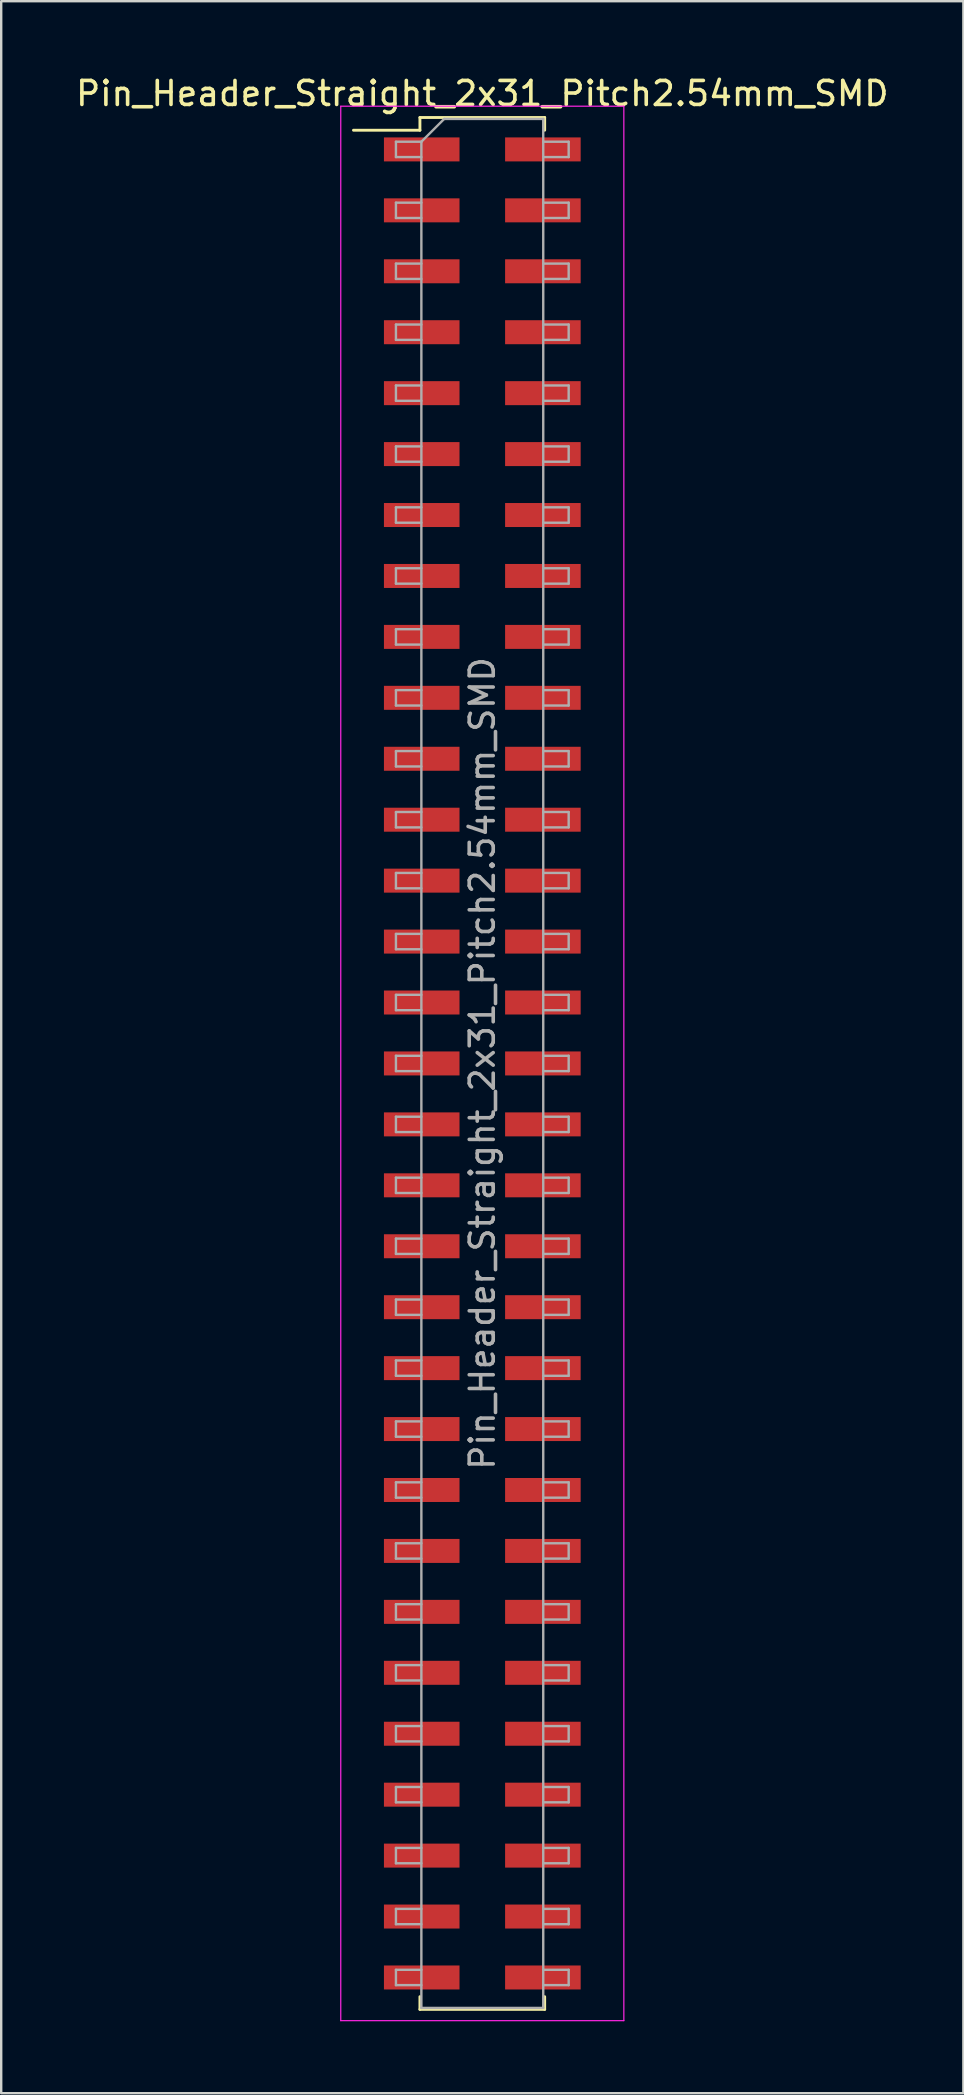
<source format=kicad_pcb>
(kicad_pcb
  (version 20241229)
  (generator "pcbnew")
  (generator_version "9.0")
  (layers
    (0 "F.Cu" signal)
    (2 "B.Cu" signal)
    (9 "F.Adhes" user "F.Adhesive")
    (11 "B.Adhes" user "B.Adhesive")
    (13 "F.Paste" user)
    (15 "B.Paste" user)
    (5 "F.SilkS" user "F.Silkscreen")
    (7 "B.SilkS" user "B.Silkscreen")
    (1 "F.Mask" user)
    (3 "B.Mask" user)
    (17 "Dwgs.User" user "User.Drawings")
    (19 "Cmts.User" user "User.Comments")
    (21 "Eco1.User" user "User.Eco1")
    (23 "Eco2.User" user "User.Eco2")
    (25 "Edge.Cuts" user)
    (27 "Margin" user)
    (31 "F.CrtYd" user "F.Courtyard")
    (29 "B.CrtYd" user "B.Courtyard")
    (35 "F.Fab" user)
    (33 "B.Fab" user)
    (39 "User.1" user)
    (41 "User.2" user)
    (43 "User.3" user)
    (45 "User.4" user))
  (footprint "Pin_Header_Straight_2x31_Pitch2.54mm_SMD"
    (layer "F.Cu")
    (at 17.054 41.278)
    (property "Reference" "Pin_Header_Straight_2x31_Pitch2.54mm_SMD" (at 0 -40.43 0) (layer "F.SilkS") (effects (font (size 1 1) (thickness 0.15))))
    (attr smd)
    (fp_line (start -5.37 -38.9) (end -2.6 -38.9) (stroke (width 0.12) (type solid)) (layer "F.SilkS"))
    (fp_line (start -2.6 -39.43) (end 2.6 -39.43) (stroke (width 0.12) (type solid)) (layer "F.SilkS"))
    (fp_line (start -2.6 -38.9) (end -2.6 -39.43) (stroke (width 0.12) (type solid)) (layer "F.SilkS"))
    (fp_line (start -2.6 38.9) (end -2.6 39.43) (stroke (width 0.12) (type solid)) (layer "F.SilkS"))
    (fp_line (start -2.6 39.43) (end 2.6 39.43) (stroke (width 0.12) (type solid)) (layer "F.SilkS"))
    (fp_line (start 2.6 -39.43) (end 2.6 -38.9) (stroke (width 0.12) (type solid)) (layer "F.SilkS"))
    (fp_line (start 2.6 39.43) (end 2.6 38.9) (stroke (width 0.12) (type solid)) (layer "F.SilkS"))
    (fp_line (start -5.9 -39.9) (end -5.9 39.9) (stroke (width 0.05) (type solid)) (layer "F.CrtYd"))
    (fp_line (start -5.9 39.9) (end 5.9 39.9) (stroke (width 0.05) (type solid)) (layer "F.CrtYd"))
    (fp_line (start 5.9 -39.9) (end -5.9 -39.9) (stroke (width 0.05) (type solid)) (layer "F.CrtYd"))
    (fp_line (start 5.9 39.9) (end 5.9 -39.9) (stroke (width 0.05) (type solid)) (layer "F.CrtYd"))
    (fp_line (start -3.6 -38.42) (end -3.6 -37.78) (stroke (width 0.1) (type solid)) (layer "F.Fab"))
    (fp_line (start -3.6 -37.78) (end -2.54 -37.78) (stroke (width 0.1) (type solid)) (layer "F.Fab"))
    (fp_line (start -3.6 -35.88) (end -3.6 -35.24) (stroke (width 0.1) (type solid)) (layer "F.Fab"))
    (fp_line (start -3.6 -35.24) (end -2.54 -35.24) (stroke (width 0.1) (type solid)) (layer "F.Fab"))
    (fp_line (start -3.6 -33.34) (end -3.6 -32.7) (stroke (width 0.1) (type solid)) (layer "F.Fab"))
    (fp_line (start -3.6 -32.7) (end -2.54 -32.7) (stroke (width 0.1) (type solid)) (layer "F.Fab"))
    (fp_line (start -3.6 -30.8) (end -3.6 -30.16) (stroke (width 0.1) (type solid)) (layer "F.Fab"))
    (fp_line (start -3.6 -30.16) (end -2.54 -30.16) (stroke (width 0.1) (type solid)) (layer "F.Fab"))
    (fp_line (start -3.6 -28.26) (end -3.6 -27.62) (stroke (width 0.1) (type solid)) (layer "F.Fab"))
    (fp_line (start -3.6 -27.62) (end -2.54 -27.62) (stroke (width 0.1) (type solid)) (layer "F.Fab"))
    (fp_line (start -3.6 -25.72) (end -3.6 -25.08) (stroke (width 0.1) (type solid)) (layer "F.Fab"))
    (fp_line (start -3.6 -25.08) (end -2.54 -25.08) (stroke (width 0.1) (type solid)) (layer "F.Fab"))
    (fp_line (start -3.6 -23.18) (end -3.6 -22.54) (stroke (width 0.1) (type solid)) (layer "F.Fab"))
    (fp_line (start -3.6 -22.54) (end -2.54 -22.54) (stroke (width 0.1) (type solid)) (layer "F.Fab"))
    (fp_line (start -3.6 -20.64) (end -3.6 -20) (stroke (width 0.1) (type solid)) (layer "F.Fab"))
    (fp_line (start -3.6 -20) (end -2.54 -20) (stroke (width 0.1) (type solid)) (layer "F.Fab"))
    (fp_line (start -3.6 -18.1) (end -3.6 -17.46) (stroke (width 0.1) (type solid)) (layer "F.Fab"))
    (fp_line (start -3.6 -17.46) (end -2.54 -17.46) (stroke (width 0.1) (type solid)) (layer "F.Fab"))
    (fp_line (start -3.6 -15.56) (end -3.6 -14.92) (stroke (width 0.1) (type solid)) (layer "F.Fab"))
    (fp_line (start -3.6 -14.92) (end -2.54 -14.92) (stroke (width 0.1) (type solid)) (layer "F.Fab"))
    (fp_line (start -3.6 -13.02) (end -3.6 -12.38) (stroke (width 0.1) (type solid)) (layer "F.Fab"))
    (fp_line (start -3.6 -12.38) (end -2.54 -12.38) (stroke (width 0.1) (type solid)) (layer "F.Fab"))
    (fp_line (start -3.6 -10.48) (end -3.6 -9.84) (stroke (width 0.1) (type solid)) (layer "F.Fab"))
    (fp_line (start -3.6 -9.84) (end -2.54 -9.84) (stroke (width 0.1) (type solid)) (layer "F.Fab"))
    (fp_line (start -3.6 -7.94) (end -3.6 -7.3) (stroke (width 0.1) (type solid)) (layer "F.Fab"))
    (fp_line (start -3.6 -7.3) (end -2.54 -7.3) (stroke (width 0.1) (type solid)) (layer "F.Fab"))
    (fp_line (start -3.6 -5.4) (end -3.6 -4.76) (stroke (width 0.1) (type solid)) (layer "F.Fab"))
    (fp_line (start -3.6 -4.76) (end -2.54 -4.76) (stroke (width 0.1) (type solid)) (layer "F.Fab"))
    (fp_line (start -3.6 -2.86) (end -3.6 -2.22) (stroke (width 0.1) (type solid)) (layer "F.Fab"))
    (fp_line (start -3.6 -2.22) (end -2.54 -2.22) (stroke (width 0.1) (type solid)) (layer "F.Fab"))
    (fp_line (start -3.6 -0.32) (end -3.6 0.32) (stroke (width 0.1) (type solid)) (layer "F.Fab"))
    (fp_line (start -3.6 0.32) (end -2.54 0.32) (stroke (width 0.1) (type solid)) (layer "F.Fab"))
    (fp_line (start -3.6 2.22) (end -3.6 2.86) (stroke (width 0.1) (type solid)) (layer "F.Fab"))
    (fp_line (start -3.6 2.86) (end -2.54 2.86) (stroke (width 0.1) (type solid)) (layer "F.Fab"))
    (fp_line (start -3.6 4.76) (end -3.6 5.4) (stroke (width 0.1) (type solid)) (layer "F.Fab"))
    (fp_line (start -3.6 5.4) (end -2.54 5.4) (stroke (width 0.1) (type solid)) (layer "F.Fab"))
    (fp_line (start -3.6 7.3) (end -3.6 7.94) (stroke (width 0.1) (type solid)) (layer "F.Fab"))
    (fp_line (start -3.6 7.94) (end -2.54 7.94) (stroke (width 0.1) (type solid)) (layer "F.Fab"))
    (fp_line (start -3.6 9.84) (end -3.6 10.48) (stroke (width 0.1) (type solid)) (layer "F.Fab"))
    (fp_line (start -3.6 10.48) (end -2.54 10.48) (stroke (width 0.1) (type solid)) (layer "F.Fab"))
    (fp_line (start -3.6 12.38) (end -3.6 13.02) (stroke (width 0.1) (type solid)) (layer "F.Fab"))
    (fp_line (start -3.6 13.02) (end -2.54 13.02) (stroke (width 0.1) (type solid)) (layer "F.Fab"))
    (fp_line (start -3.6 14.92) (end -3.6 15.56) (stroke (width 0.1) (type solid)) (layer "F.Fab"))
    (fp_line (start -3.6 15.56) (end -2.54 15.56) (stroke (width 0.1) (type solid)) (layer "F.Fab"))
    (fp_line (start -3.6 17.46) (end -3.6 18.1) (stroke (width 0.1) (type solid)) (layer "F.Fab"))
    (fp_line (start -3.6 18.1) (end -2.54 18.1) (stroke (width 0.1) (type solid)) (layer "F.Fab"))
    (fp_line (start -3.6 20) (end -3.6 20.64) (stroke (width 0.1) (type solid)) (layer "F.Fab"))
    (fp_line (start -3.6 20.64) (end -2.54 20.64) (stroke (width 0.1) (type solid)) (layer "F.Fab"))
    (fp_line (start -3.6 22.54) (end -3.6 23.18) (stroke (width 0.1) (type solid)) (layer "F.Fab"))
    (fp_line (start -3.6 23.18) (end -2.54 23.18) (stroke (width 0.1) (type solid)) (layer "F.Fab"))
    (fp_line (start -3.6 25.08) (end -3.6 25.72) (stroke (width 0.1) (type solid)) (layer "F.Fab"))
    (fp_line (start -3.6 25.72) (end -2.54 25.72) (stroke (width 0.1) (type solid)) (layer "F.Fab"))
    (fp_line (start -3.6 27.62) (end -3.6 28.26) (stroke (width 0.1) (type solid)) (layer "F.Fab"))
    (fp_line (start -3.6 28.26) (end -2.54 28.26) (stroke (width 0.1) (type solid)) (layer "F.Fab"))
    (fp_line (start -3.6 30.16) (end -3.6 30.8) (stroke (width 0.1) (type solid)) (layer "F.Fab"))
    (fp_line (start -3.6 30.8) (end -2.54 30.8) (stroke (width 0.1) (type solid)) (layer "F.Fab"))
    (fp_line (start -3.6 32.7) (end -3.6 33.34) (stroke (width 0.1) (type solid)) (layer "F.Fab"))
    (fp_line (start -3.6 33.34) (end -2.54 33.34) (stroke (width 0.1) (type solid)) (layer "F.Fab"))
    (fp_line (start -3.6 35.24) (end -3.6 35.88) (stroke (width 0.1) (type solid)) (layer "F.Fab"))
    (fp_line (start -3.6 35.88) (end -2.54 35.88) (stroke (width 0.1) (type solid)) (layer "F.Fab"))
    (fp_line (start -3.6 37.78) (end -3.6 38.42) (stroke (width 0.1) (type solid)) (layer "F.Fab"))
    (fp_line (start -3.6 38.42) (end -2.54 38.42) (stroke (width 0.1) (type solid)) (layer "F.Fab"))
    (fp_line (start -2.54 -38.42) (end -3.6 -38.42) (stroke (width 0.1) (type solid)) (layer "F.Fab"))
    (fp_line (start -2.54 -38.42) (end -1.59 -39.37) (stroke (width 0.1) (type solid)) (layer "F.Fab"))
    (fp_line (start -2.54 -35.88) (end -3.6 -35.88) (stroke (width 0.1) (type solid)) (layer "F.Fab"))
    (fp_line (start -2.54 -33.34) (end -3.6 -33.34) (stroke (width 0.1) (type solid)) (layer "F.Fab"))
    (fp_line (start -2.54 -30.8) (end -3.6 -30.8) (stroke (width 0.1) (type solid)) (layer "F.Fab"))
    (fp_line (start -2.54 -28.26) (end -3.6 -28.26) (stroke (width 0.1) (type solid)) (layer "F.Fab"))
    (fp_line (start -2.54 -25.72) (end -3.6 -25.72) (stroke (width 0.1) (type solid)) (layer "F.Fab"))
    (fp_line (start -2.54 -23.18) (end -3.6 -23.18) (stroke (width 0.1) (type solid)) (layer "F.Fab"))
    (fp_line (start -2.54 -20.64) (end -3.6 -20.64) (stroke (width 0.1) (type solid)) (layer "F.Fab"))
    (fp_line (start -2.54 -18.1) (end -3.6 -18.1) (stroke (width 0.1) (type solid)) (layer "F.Fab"))
    (fp_line (start -2.54 -15.56) (end -3.6 -15.56) (stroke (width 0.1) (type solid)) (layer "F.Fab"))
    (fp_line (start -2.54 -13.02) (end -3.6 -13.02) (stroke (width 0.1) (type solid)) (layer "F.Fab"))
    (fp_line (start -2.54 -10.48) (end -3.6 -10.48) (stroke (width 0.1) (type solid)) (layer "F.Fab"))
    (fp_line (start -2.54 -7.94) (end -3.6 -7.94) (stroke (width 0.1) (type solid)) (layer "F.Fab"))
    (fp_line (start -2.54 -5.4) (end -3.6 -5.4) (stroke (width 0.1) (type solid)) (layer "F.Fab"))
    (fp_line (start -2.54 -2.86) (end -3.6 -2.86) (stroke (width 0.1) (type solid)) (layer "F.Fab"))
    (fp_line (start -2.54 -0.32) (end -3.6 -0.32) (stroke (width 0.1) (type solid)) (layer "F.Fab"))
    (fp_line (start -2.54 2.22) (end -3.6 2.22) (stroke (width 0.1) (type solid)) (layer "F.Fab"))
    (fp_line (start -2.54 4.76) (end -3.6 4.76) (stroke (width 0.1) (type solid)) (layer "F.Fab"))
    (fp_line (start -2.54 7.3) (end -3.6 7.3) (stroke (width 0.1) (type solid)) (layer "F.Fab"))
    (fp_line (start -2.54 9.84) (end -3.6 9.84) (stroke (width 0.1) (type solid)) (layer "F.Fab"))
    (fp_line (start -2.54 12.38) (end -3.6 12.38) (stroke (width 0.1) (type solid)) (layer "F.Fab"))
    (fp_line (start -2.54 14.92) (end -3.6 14.92) (stroke (width 0.1) (type solid)) (layer "F.Fab"))
    (fp_line (start -2.54 17.46) (end -3.6 17.46) (stroke (width 0.1) (type solid)) (layer "F.Fab"))
    (fp_line (start -2.54 20) (end -3.6 20) (stroke (width 0.1) (type solid)) (layer "F.Fab"))
    (fp_line (start -2.54 22.54) (end -3.6 22.54) (stroke (width 0.1) (type solid)) (layer "F.Fab"))
    (fp_line (start -2.54 25.08) (end -3.6 25.08) (stroke (width 0.1) (type solid)) (layer "F.Fab"))
    (fp_line (start -2.54 27.62) (end -3.6 27.62) (stroke (width 0.1) (type solid)) (layer "F.Fab"))
    (fp_line (start -2.54 30.16) (end -3.6 30.16) (stroke (width 0.1) (type solid)) (layer "F.Fab"))
    (fp_line (start -2.54 32.7) (end -3.6 32.7) (stroke (width 0.1) (type solid)) (layer "F.Fab"))
    (fp_line (start -2.54 35.24) (end -3.6 35.24) (stroke (width 0.1) (type solid)) (layer "F.Fab"))
    (fp_line (start -2.54 37.78) (end -3.6 37.78) (stroke (width 0.1) (type solid)) (layer "F.Fab"))
    (fp_line (start -2.54 39.37) (end -2.54 -38.42) (stroke (width 0.1) (type solid)) (layer "F.Fab"))
    (fp_line (start -1.59 -39.37) (end 2.54 -39.37) (stroke (width 0.1) (type solid)) (layer "F.Fab"))
    (fp_line (start 2.54 -39.37) (end 2.54 39.37) (stroke (width 0.1) (type solid)) (layer "F.Fab"))
    (fp_line (start 2.54 -38.42) (end 3.6 -38.42) (stroke (width 0.1) (type solid)) (layer "F.Fab"))
    (fp_line (start 2.54 -35.88) (end 3.6 -35.88) (stroke (width 0.1) (type solid)) (layer "F.Fab"))
    (fp_line (start 2.54 -33.34) (end 3.6 -33.34) (stroke (width 0.1) (type solid)) (layer "F.Fab"))
    (fp_line (start 2.54 -30.8) (end 3.6 -30.8) (stroke (width 0.1) (type solid)) (layer "F.Fab"))
    (fp_line (start 2.54 -28.26) (end 3.6 -28.26) (stroke (width 0.1) (type solid)) (layer "F.Fab"))
    (fp_line (start 2.54 -25.72) (end 3.6 -25.72) (stroke (width 0.1) (type solid)) (layer "F.Fab"))
    (fp_line (start 2.54 -23.18) (end 3.6 -23.18) (stroke (width 0.1) (type solid)) (layer "F.Fab"))
    (fp_line (start 2.54 -20.64) (end 3.6 -20.64) (stroke (width 0.1) (type solid)) (layer "F.Fab"))
    (fp_line (start 2.54 -18.1) (end 3.6 -18.1) (stroke (width 0.1) (type solid)) (layer "F.Fab"))
    (fp_line (start 2.54 -15.56) (end 3.6 -15.56) (stroke (width 0.1) (type solid)) (layer "F.Fab"))
    (fp_line (start 2.54 -13.02) (end 3.6 -13.02) (stroke (width 0.1) (type solid)) (layer "F.Fab"))
    (fp_line (start 2.54 -10.48) (end 3.6 -10.48) (stroke (width 0.1) (type solid)) (layer "F.Fab"))
    (fp_line (start 2.54 -7.94) (end 3.6 -7.94) (stroke (width 0.1) (type solid)) (layer "F.Fab"))
    (fp_line (start 2.54 -5.4) (end 3.6 -5.4) (stroke (width 0.1) (type solid)) (layer "F.Fab"))
    (fp_line (start 2.54 -2.86) (end 3.6 -2.86) (stroke (width 0.1) (type solid)) (layer "F.Fab"))
    (fp_line (start 2.54 -0.32) (end 3.6 -0.32) (stroke (width 0.1) (type solid)) (layer "F.Fab"))
    (fp_line (start 2.54 2.22) (end 3.6 2.22) (stroke (width 0.1) (type solid)) (layer "F.Fab"))
    (fp_line (start 2.54 4.76) (end 3.6 4.76) (stroke (width 0.1) (type solid)) (layer "F.Fab"))
    (fp_line (start 2.54 7.3) (end 3.6 7.3) (stroke (width 0.1) (type solid)) (layer "F.Fab"))
    (fp_line (start 2.54 9.84) (end 3.6 9.84) (stroke (width 0.1) (type solid)) (layer "F.Fab"))
    (fp_line (start 2.54 12.38) (end 3.6 12.38) (stroke (width 0.1) (type solid)) (layer "F.Fab"))
    (fp_line (start 2.54 14.92) (end 3.6 14.92) (stroke (width 0.1) (type solid)) (layer "F.Fab"))
    (fp_line (start 2.54 17.46) (end 3.6 17.46) (stroke (width 0.1) (type solid)) (layer "F.Fab"))
    (fp_line (start 2.54 20) (end 3.6 20) (stroke (width 0.1) (type solid)) (layer "F.Fab"))
    (fp_line (start 2.54 22.54) (end 3.6 22.54) (stroke (width 0.1) (type solid)) (layer "F.Fab"))
    (fp_line (start 2.54 25.08) (end 3.6 25.08) (stroke (width 0.1) (type solid)) (layer "F.Fab"))
    (fp_line (start 2.54 27.62) (end 3.6 27.62) (stroke (width 0.1) (type solid)) (layer "F.Fab"))
    (fp_line (start 2.54 30.16) (end 3.6 30.16) (stroke (width 0.1) (type solid)) (layer "F.Fab"))
    (fp_line (start 2.54 32.7) (end 3.6 32.7) (stroke (width 0.1) (type solid)) (layer "F.Fab"))
    (fp_line (start 2.54 35.24) (end 3.6 35.24) (stroke (width 0.1) (type solid)) (layer "F.Fab"))
    (fp_line (start 2.54 37.78) (end 3.6 37.78) (stroke (width 0.1) (type solid)) (layer "F.Fab"))
    (fp_line (start 2.54 39.37) (end -2.54 39.37) (stroke (width 0.1) (type solid)) (layer "F.Fab"))
    (fp_line (start 3.6 -38.42) (end 3.6 -37.78) (stroke (width 0.1) (type solid)) (layer "F.Fab"))
    (fp_line (start 3.6 -37.78) (end 2.54 -37.78) (stroke (width 0.1) (type solid)) (layer "F.Fab"))
    (fp_line (start 3.6 -35.88) (end 3.6 -35.24) (stroke (width 0.1) (type solid)) (layer "F.Fab"))
    (fp_line (start 3.6 -35.24) (end 2.54 -35.24) (stroke (width 0.1) (type solid)) (layer "F.Fab"))
    (fp_line (start 3.6 -33.34) (end 3.6 -32.7) (stroke (width 0.1) (type solid)) (layer "F.Fab"))
    (fp_line (start 3.6 -32.7) (end 2.54 -32.7) (stroke (width 0.1) (type solid)) (layer "F.Fab"))
    (fp_line (start 3.6 -30.8) (end 3.6 -30.16) (stroke (width 0.1) (type solid)) (layer "F.Fab"))
    (fp_line (start 3.6 -30.16) (end 2.54 -30.16) (stroke (width 0.1) (type solid)) (layer "F.Fab"))
    (fp_line (start 3.6 -28.26) (end 3.6 -27.62) (stroke (width 0.1) (type solid)) (layer "F.Fab"))
    (fp_line (start 3.6 -27.62) (end 2.54 -27.62) (stroke (width 0.1) (type solid)) (layer "F.Fab"))
    (fp_line (start 3.6 -25.72) (end 3.6 -25.08) (stroke (width 0.1) (type solid)) (layer "F.Fab"))
    (fp_line (start 3.6 -25.08) (end 2.54 -25.08) (stroke (width 0.1) (type solid)) (layer "F.Fab"))
    (fp_line (start 3.6 -23.18) (end 3.6 -22.54) (stroke (width 0.1) (type solid)) (layer "F.Fab"))
    (fp_line (start 3.6 -22.54) (end 2.54 -22.54) (stroke (width 0.1) (type solid)) (layer "F.Fab"))
    (fp_line (start 3.6 -20.64) (end 3.6 -20) (stroke (width 0.1) (type solid)) (layer "F.Fab"))
    (fp_line (start 3.6 -20) (end 2.54 -20) (stroke (width 0.1) (type solid)) (layer "F.Fab"))
    (fp_line (start 3.6 -18.1) (end 3.6 -17.46) (stroke (width 0.1) (type solid)) (layer "F.Fab"))
    (fp_line (start 3.6 -17.46) (end 2.54 -17.46) (stroke (width 0.1) (type solid)) (layer "F.Fab"))
    (fp_line (start 3.6 -15.56) (end 3.6 -14.92) (stroke (width 0.1) (type solid)) (layer "F.Fab"))
    (fp_line (start 3.6 -14.92) (end 2.54 -14.92) (stroke (width 0.1) (type solid)) (layer "F.Fab"))
    (fp_line (start 3.6 -13.02) (end 3.6 -12.38) (stroke (width 0.1) (type solid)) (layer "F.Fab"))
    (fp_line (start 3.6 -12.38) (end 2.54 -12.38) (stroke (width 0.1) (type solid)) (layer "F.Fab"))
    (fp_line (start 3.6 -10.48) (end 3.6 -9.84) (stroke (width 0.1) (type solid)) (layer "F.Fab"))
    (fp_line (start 3.6 -9.84) (end 2.54 -9.84) (stroke (width 0.1) (type solid)) (layer "F.Fab"))
    (fp_line (start 3.6 -7.94) (end 3.6 -7.3) (stroke (width 0.1) (type solid)) (layer "F.Fab"))
    (fp_line (start 3.6 -7.3) (end 2.54 -7.3) (stroke (width 0.1) (type solid)) (layer "F.Fab"))
    (fp_line (start 3.6 -5.4) (end 3.6 -4.76) (stroke (width 0.1) (type solid)) (layer "F.Fab"))
    (fp_line (start 3.6 -4.76) (end 2.54 -4.76) (stroke (width 0.1) (type solid)) (layer "F.Fab"))
    (fp_line (start 3.6 -2.86) (end 3.6 -2.22) (stroke (width 0.1) (type solid)) (layer "F.Fab"))
    (fp_line (start 3.6 -2.22) (end 2.54 -2.22) (stroke (width 0.1) (type solid)) (layer "F.Fab"))
    (fp_line (start 3.6 -0.32) (end 3.6 0.32) (stroke (width 0.1) (type solid)) (layer "F.Fab"))
    (fp_line (start 3.6 0.32) (end 2.54 0.32) (stroke (width 0.1) (type solid)) (layer "F.Fab"))
    (fp_line (start 3.6 2.22) (end 3.6 2.86) (stroke (width 0.1) (type solid)) (layer "F.Fab"))
    (fp_line (start 3.6 2.86) (end 2.54 2.86) (stroke (width 0.1) (type solid)) (layer "F.Fab"))
    (fp_line (start 3.6 4.76) (end 3.6 5.4) (stroke (width 0.1) (type solid)) (layer "F.Fab"))
    (fp_line (start 3.6 5.4) (end 2.54 5.4) (stroke (width 0.1) (type solid)) (layer "F.Fab"))
    (fp_line (start 3.6 7.3) (end 3.6 7.94) (stroke (width 0.1) (type solid)) (layer "F.Fab"))
    (fp_line (start 3.6 7.94) (end 2.54 7.94) (stroke (width 0.1) (type solid)) (layer "F.Fab"))
    (fp_line (start 3.6 9.84) (end 3.6 10.48) (stroke (width 0.1) (type solid)) (layer "F.Fab"))
    (fp_line (start 3.6 10.48) (end 2.54 10.48) (stroke (width 0.1) (type solid)) (layer "F.Fab"))
    (fp_line (start 3.6 12.38) (end 3.6 13.02) (stroke (width 0.1) (type solid)) (layer "F.Fab"))
    (fp_line (start 3.6 13.02) (end 2.54 13.02) (stroke (width 0.1) (type solid)) (layer "F.Fab"))
    (fp_line (start 3.6 14.92) (end 3.6 15.56) (stroke (width 0.1) (type solid)) (layer "F.Fab"))
    (fp_line (start 3.6 15.56) (end 2.54 15.56) (stroke (width 0.1) (type solid)) (layer "F.Fab"))
    (fp_line (start 3.6 17.46) (end 3.6 18.1) (stroke (width 0.1) (type solid)) (layer "F.Fab"))
    (fp_line (start 3.6 18.1) (end 2.54 18.1) (stroke (width 0.1) (type solid)) (layer "F.Fab"))
    (fp_line (start 3.6 20) (end 3.6 20.64) (stroke (width 0.1) (type solid)) (layer "F.Fab"))
    (fp_line (start 3.6 20.64) (end 2.54 20.64) (stroke (width 0.1) (type solid)) (layer "F.Fab"))
    (fp_line (start 3.6 22.54) (end 3.6 23.18) (stroke (width 0.1) (type solid)) (layer "F.Fab"))
    (fp_line (start 3.6 23.18) (end 2.54 23.18) (stroke (width 0.1) (type solid)) (layer "F.Fab"))
    (fp_line (start 3.6 25.08) (end 3.6 25.72) (stroke (width 0.1) (type solid)) (layer "F.Fab"))
    (fp_line (start 3.6 25.72) (end 2.54 25.72) (stroke (width 0.1) (type solid)) (layer "F.Fab"))
    (fp_line (start 3.6 27.62) (end 3.6 28.26) (stroke (width 0.1) (type solid)) (layer "F.Fab"))
    (fp_line (start 3.6 28.26) (end 2.54 28.26) (stroke (width 0.1) (type solid)) (layer "F.Fab"))
    (fp_line (start 3.6 30.16) (end 3.6 30.8) (stroke (width 0.1) (type solid)) (layer "F.Fab"))
    (fp_line (start 3.6 30.8) (end 2.54 30.8) (stroke (width 0.1) (type solid)) (layer "F.Fab"))
    (fp_line (start 3.6 32.7) (end 3.6 33.34) (stroke (width 0.1) (type solid)) (layer "F.Fab"))
    (fp_line (start 3.6 33.34) (end 2.54 33.34) (stroke (width 0.1) (type solid)) (layer "F.Fab"))
    (fp_line (start 3.6 35.24) (end 3.6 35.88) (stroke (width 0.1) (type solid)) (layer "F.Fab"))
    (fp_line (start 3.6 35.88) (end 2.54 35.88) (stroke (width 0.1) (type solid)) (layer "F.Fab"))
    (fp_line (start 3.6 37.78) (end 3.6 38.42) (stroke (width 0.1) (type solid)) (layer "F.Fab"))
    (fp_line (start 3.6 38.42) (end 2.54 38.42) (stroke (width 0.1) (type solid)) (layer "F.Fab"))
    (fp_text user "${REFERENCE}" (at 0 0 90) (layer "F.Fab") (effects (font (size 1 1) (thickness 0.15))))
    (pad "1" smd rect (at -2.525 -38.1) (size 3.15 1) (layers "F.Cu" "F.Mask" "F.Paste"))
    (pad "2" smd rect (at 2.525 -38.1) (size 3.15 1) (layers "F.Cu" "F.Mask" "F.Paste"))
    (pad "3" smd rect (at -2.525 -35.56) (size 3.15 1) (layers "F.Cu" "F.Mask" "F.Paste"))
    (pad "4" smd rect (at 2.525 -35.56) (size 3.15 1) (layers "F.Cu" "F.Mask" "F.Paste"))
    (pad "5" smd rect (at -2.525 -33.02) (size 3.15 1) (layers "F.Cu" "F.Mask" "F.Paste"))
    (pad "6" smd rect (at 2.525 -33.02) (size 3.15 1) (layers "F.Cu" "F.Mask" "F.Paste"))
    (pad "7" smd rect (at -2.525 -30.48) (size 3.15 1) (layers "F.Cu" "F.Mask" "F.Paste"))
    (pad "8" smd rect (at 2.525 -30.48) (size 3.15 1) (layers "F.Cu" "F.Mask" "F.Paste"))
    (pad "9" smd rect (at -2.525 -27.94) (size 3.15 1) (layers "F.Cu" "F.Mask" "F.Paste"))
    (pad "10" smd rect (at 2.525 -27.94) (size 3.15 1) (layers "F.Cu" "F.Mask" "F.Paste"))
    (pad "11" smd rect (at -2.525 -25.4) (size 3.15 1) (layers "F.Cu" "F.Mask" "F.Paste"))
    (pad "12" smd rect (at 2.525 -25.4) (size 3.15 1) (layers "F.Cu" "F.Mask" "F.Paste"))
    (pad "13" smd rect (at -2.525 -22.86) (size 3.15 1) (layers "F.Cu" "F.Mask" "F.Paste"))
    (pad "14" smd rect (at 2.525 -22.86) (size 3.15 1) (layers "F.Cu" "F.Mask" "F.Paste"))
    (pad "15" smd rect (at -2.525 -20.32) (size 3.15 1) (layers "F.Cu" "F.Mask" "F.Paste"))
    (pad "16" smd rect (at 2.525 -20.32) (size 3.15 1) (layers "F.Cu" "F.Mask" "F.Paste"))
    (pad "17" smd rect (at -2.525 -17.78) (size 3.15 1) (layers "F.Cu" "F.Mask" "F.Paste"))
    (pad "18" smd rect (at 2.525 -17.78) (size 3.15 1) (layers "F.Cu" "F.Mask" "F.Paste"))
    (pad "19" smd rect (at -2.525 -15.24) (size 3.15 1) (layers "F.Cu" "F.Mask" "F.Paste"))
    (pad "20" smd rect (at 2.525 -15.24) (size 3.15 1) (layers "F.Cu" "F.Mask" "F.Paste"))
    (pad "21" smd rect (at -2.525 -12.7) (size 3.15 1) (layers "F.Cu" "F.Mask" "F.Paste"))
    (pad "22" smd rect (at 2.525 -12.7) (size 3.15 1) (layers "F.Cu" "F.Mask" "F.Paste"))
    (pad "23" smd rect (at -2.525 -10.16) (size 3.15 1) (layers "F.Cu" "F.Mask" "F.Paste"))
    (pad "24" smd rect (at 2.525 -10.16) (size 3.15 1) (layers "F.Cu" "F.Mask" "F.Paste"))
    (pad "25" smd rect (at -2.525 -7.62) (size 3.15 1) (layers "F.Cu" "F.Mask" "F.Paste"))
    (pad "26" smd rect (at 2.525 -7.62) (size 3.15 1) (layers "F.Cu" "F.Mask" "F.Paste"))
    (pad "27" smd rect (at -2.525 -5.08) (size 3.15 1) (layers "F.Cu" "F.Mask" "F.Paste"))
    (pad "28" smd rect (at 2.525 -5.08) (size 3.15 1) (layers "F.Cu" "F.Mask" "F.Paste"))
    (pad "29" smd rect (at -2.525 -2.54) (size 3.15 1) (layers "F.Cu" "F.Mask" "F.Paste"))
    (pad "30" smd rect (at 2.525 -2.54) (size 3.15 1) (layers "F.Cu" "F.Mask" "F.Paste"))
    (pad "31" smd rect (at -2.525 0) (size 3.15 1) (layers "F.Cu" "F.Mask" "F.Paste"))
    (pad "32" smd rect (at 2.525 0) (size 3.15 1) (layers "F.Cu" "F.Mask" "F.Paste"))
    (pad "33" smd rect (at -2.525 2.54) (size 3.15 1) (layers "F.Cu" "F.Mask" "F.Paste"))
    (pad "34" smd rect (at 2.525 2.54) (size 3.15 1) (layers "F.Cu" "F.Mask" "F.Paste"))
    (pad "35" smd rect (at -2.525 5.08) (size 3.15 1) (layers "F.Cu" "F.Mask" "F.Paste"))
    (pad "36" smd rect (at 2.525 5.08) (size 3.15 1) (layers "F.Cu" "F.Mask" "F.Paste"))
    (pad "37" smd rect (at -2.525 7.62) (size 3.15 1) (layers "F.Cu" "F.Mask" "F.Paste"))
    (pad "38" smd rect (at 2.525 7.62) (size 3.15 1) (layers "F.Cu" "F.Mask" "F.Paste"))
    (pad "39" smd rect (at -2.525 10.16) (size 3.15 1) (layers "F.Cu" "F.Mask" "F.Paste"))
    (pad "40" smd rect (at 2.525 10.16) (size 3.15 1) (layers "F.Cu" "F.Mask" "F.Paste"))
    (pad "41" smd rect (at -2.525 12.7) (size 3.15 1) (layers "F.Cu" "F.Mask" "F.Paste"))
    (pad "42" smd rect (at 2.525 12.7) (size 3.15 1) (layers "F.Cu" "F.Mask" "F.Paste"))
    (pad "43" smd rect (at -2.525 15.24) (size 3.15 1) (layers "F.Cu" "F.Mask" "F.Paste"))
    (pad "44" smd rect (at 2.525 15.24) (size 3.15 1) (layers "F.Cu" "F.Mask" "F.Paste"))
    (pad "45" smd rect (at -2.525 17.78) (size 3.15 1) (layers "F.Cu" "F.Mask" "F.Paste"))
    (pad "46" smd rect (at 2.525 17.78) (size 3.15 1) (layers "F.Cu" "F.Mask" "F.Paste"))
    (pad "47" smd rect (at -2.525 20.32) (size 3.15 1) (layers "F.Cu" "F.Mask" "F.Paste"))
    (pad "48" smd rect (at 2.525 20.32) (size 3.15 1) (layers "F.Cu" "F.Mask" "F.Paste"))
    (pad "49" smd rect (at -2.525 22.86) (size 3.15 1) (layers "F.Cu" "F.Mask" "F.Paste"))
    (pad "50" smd rect (at 2.525 22.86) (size 3.15 1) (layers "F.Cu" "F.Mask" "F.Paste"))
    (pad "51" smd rect (at -2.525 25.4) (size 3.15 1) (layers "F.Cu" "F.Mask" "F.Paste"))
    (pad "52" smd rect (at 2.525 25.4) (size 3.15 1) (layers "F.Cu" "F.Mask" "F.Paste"))
    (pad "53" smd rect (at -2.525 27.94) (size 3.15 1) (layers "F.Cu" "F.Mask" "F.Paste"))
    (pad "54" smd rect (at 2.525 27.94) (size 3.15 1) (layers "F.Cu" "F.Mask" "F.Paste"))
    (pad "55" smd rect (at -2.525 30.48) (size 3.15 1) (layers "F.Cu" "F.Mask" "F.Paste"))
    (pad "56" smd rect (at 2.525 30.48) (size 3.15 1) (layers "F.Cu" "F.Mask" "F.Paste"))
    (pad "57" smd rect (at -2.525 33.02) (size 3.15 1) (layers "F.Cu" "F.Mask" "F.Paste"))
    (pad "58" smd rect (at 2.525 33.02) (size 3.15 1) (layers "F.Cu" "F.Mask" "F.Paste"))
    (pad "59" smd rect (at -2.525 35.56) (size 3.15 1) (layers "F.Cu" "F.Mask" "F.Paste"))
    (pad "60" smd rect (at 2.525 35.56) (size 3.15 1) (layers "F.Cu" "F.Mask" "F.Paste"))
    (pad "61" smd rect (at -2.525 38.1) (size 3.15 1) (layers "F.Cu" "F.Mask" "F.Paste"))
    (pad "62" smd rect (at 2.525 38.1) (size 3.15 1) (layers "F.Cu" "F.Mask" "F.Paste")))
  (gr_rect
    (start -3 -3)
    (end 37.107 84.203)
    (stroke (width 0.1) (type default))
    (fill no)
    (layer "Edge.Cuts")))
</source>
